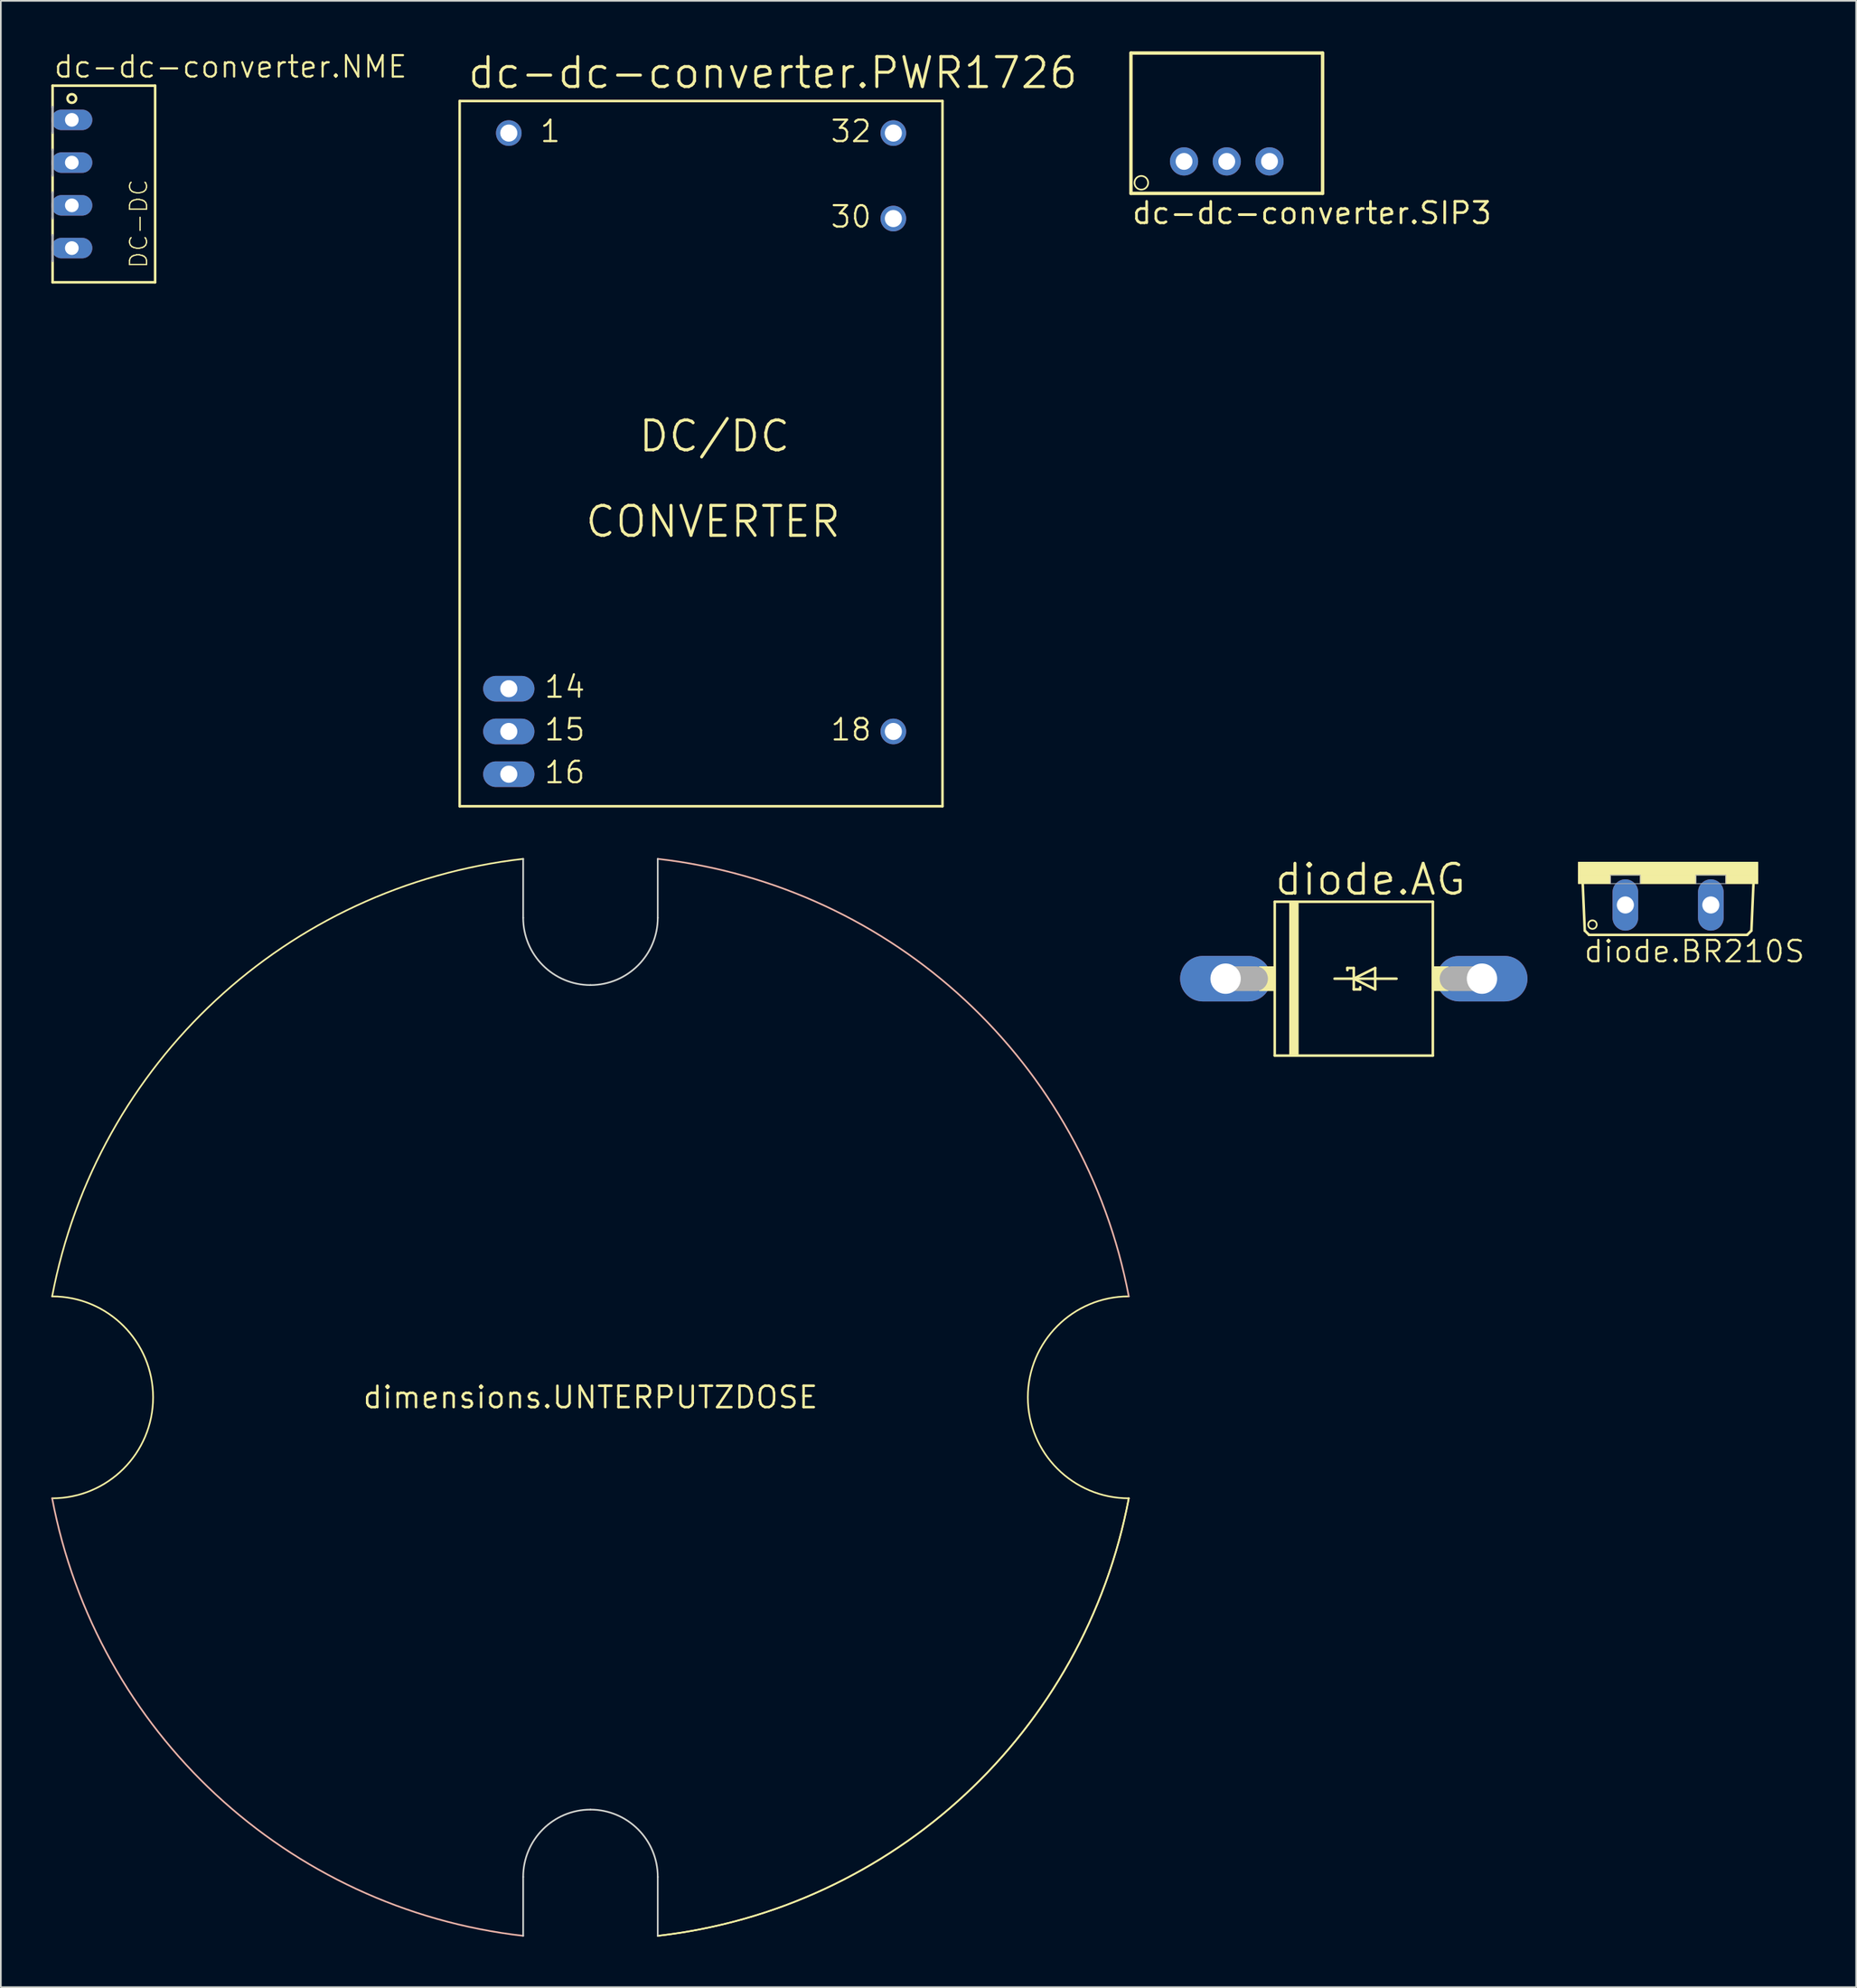
<source format=kicad_pcb>
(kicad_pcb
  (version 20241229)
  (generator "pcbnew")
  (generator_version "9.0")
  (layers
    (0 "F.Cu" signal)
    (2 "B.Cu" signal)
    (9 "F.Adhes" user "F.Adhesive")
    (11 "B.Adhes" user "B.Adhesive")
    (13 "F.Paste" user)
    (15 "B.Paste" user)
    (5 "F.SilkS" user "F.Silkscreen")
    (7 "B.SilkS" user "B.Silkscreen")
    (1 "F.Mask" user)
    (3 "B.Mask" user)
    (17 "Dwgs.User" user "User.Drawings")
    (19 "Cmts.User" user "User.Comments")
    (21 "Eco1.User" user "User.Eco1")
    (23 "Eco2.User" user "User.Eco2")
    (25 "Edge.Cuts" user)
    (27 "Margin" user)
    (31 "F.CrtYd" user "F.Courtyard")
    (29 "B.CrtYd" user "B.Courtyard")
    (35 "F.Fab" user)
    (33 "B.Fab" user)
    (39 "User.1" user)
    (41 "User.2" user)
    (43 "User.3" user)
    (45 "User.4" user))
  (footprint "dc-dc-converter.SIP3"
    (layer "F.Cu")
    (at 69.875 6.542)
    (property "Reference" "dc-dc-converter.SIP3" (at -5.715 3.81 0) (layer "F.SilkS") (effects (font (size 1.27 1.27) (thickness 0.16)) (justify left bottom)))
    (attr through_hole)
    (fp_line (start -5.697 -6.44) (end -5.697 1.9) (stroke (width 0.203) (type default)) (layer "F.SilkS"))
    (fp_line (start -5.697 1.9) (end 5.697 1.9) (stroke (width 0.203) (type default)) (layer "F.SilkS"))
    (fp_line (start 5.697 -6.44) (end -5.697 -6.44) (stroke (width 0.203) (type default)) (layer "F.SilkS"))
    (fp_line (start 5.697 1.9) (end 5.697 -6.44) (stroke (width 0.203) (type default)) (layer "F.SilkS"))
    (fp_circle (center -5.08 1.27) (end -4.674 1.27) (stroke (width 0.1) (type default)) (fill no) (layer "F.SilkS"))
    (pad "1" thru_hole circle (at -2.54 0) (size 1.676 1.676) (drill 1) (layers "*.Cu" "*.Mask"))
    (pad "2" thru_hole circle (at 0 0) (size 1.676 1.676) (drill 1) (layers "*.Cu" "*.Mask"))
    (pad "3" thru_hole circle (at 2.54 0) (size 1.676 1.676) (drill 1) (layers "*.Cu" "*.Mask")))
  (footprint "diode.BR210S"
    (layer "F.Cu")
    (at 96.109 48.189)
    (property "Reference" "diode.BR210S" (at -5.08 6.045 0) (layer "F.SilkS") (effects (font (size 1.27 1.27) (thickness 0.13)) (justify left bottom)))
    (attr through_hole)
    (fp_line (start -4.953 4.064) (end -5.08 1.143) (stroke (width 0.152) (type default)) (layer "F.SilkS"))
    (fp_line (start -4.953 4.064) (end -4.699 4.318) (stroke (width 0.152) (type default)) (layer "F.SilkS"))
    (fp_line (start 4.699 4.318) (end -4.699 4.318) (stroke (width 0.152) (type default)) (layer "F.SilkS"))
    (fp_line (start 4.699 4.318) (end 4.953 4.064) (stroke (width 0.152) (type default)) (layer "F.SilkS"))
    (fp_line (start 5.08 1.143) (end 4.953 4.064) (stroke (width 0.152) (type default)) (layer "F.SilkS"))
    (fp_rect (start -5.334 0.762) (end 5.334 0) (stroke (width 0.05) (type default)) (fill yes) (layer "F.SilkS"))
    (fp_rect (start -5.334 1.27) (end -3.429 0.762) (stroke (width 0.05) (type default)) (fill yes) (layer "F.SilkS"))
    (fp_rect (start -1.651 1.27) (end 1.651 0.762) (stroke (width 0.05) (type default)) (fill yes) (layer "F.SilkS"))
    (fp_rect (start 3.429 1.27) (end 5.334 0.762) (stroke (width 0.05) (type default)) (fill yes) (layer "F.SilkS"))
    (fp_circle (center -4.496 3.708) (end -4.242 3.708) (stroke (width 0.1) (type default)) (fill no) (layer "F.SilkS"))
    (fp_rect (start -3.429 1.27) (end -1.651 0.762) (stroke (width 0.05) (type default)) (fill no) (layer "F.Fab"))
    (fp_rect (start 1.651 1.27) (end 3.429 0.762) (stroke (width 0.05) (type default)) (fill no) (layer "F.Fab"))
    (pad "T1" thru_hole oval (at -2.54 2.54 90) (size 3.048 1.524) (drill 1.016) (layers "*.Cu" "*.Mask"))
    (pad "T2" thru_hole oval (at 2.54 2.54 90) (size 3.048 1.524) (drill 1.016) (layers "*.Cu" "*.Mask")))
  (footprint "dc-dc-converter.NME"
    (layer "F.Cu")
    (at 1.219 7.883)
    (property "Reference" "dc-dc-converter.NME" (at -1.143 -6.223 0) (layer "F.SilkS") (effects (font (size 1.27 1.27) (thickness 0.13)) (justify left bottom)))
    (attr through_hole)
    (fp_line (start -1.143 -5.842) (end 4.953 -5.842) (stroke (width 0.152) (type default)) (layer "F.SilkS"))
    (fp_line (start -1.143 -4.572) (end -1.143 -5.842) (stroke (width 0.152) (type default)) (layer "F.SilkS"))
    (fp_line (start -1.143 -2.032) (end -1.143 -3.048) (stroke (width 0.152) (type default)) (layer "F.SilkS"))
    (fp_line (start -1.143 0.508) (end -1.143 -0.508) (stroke (width 0.152) (type default)) (layer "F.SilkS"))
    (fp_line (start -1.143 3.048) (end -1.143 2.032) (stroke (width 0.152) (type default)) (layer "F.SilkS"))
    (fp_line (start -1.143 5.842) (end -1.143 4.572) (stroke (width 0.152) (type default)) (layer "F.SilkS"))
    (fp_line (start 4.953 -5.842) (end 4.953 5.842) (stroke (width 0.152) (type default)) (layer "F.SilkS"))
    (fp_line (start 4.953 5.842) (end -1.143 5.842) (stroke (width 0.152) (type default)) (layer "F.SilkS"))
    (fp_circle (center 0 -5.08) (end 0.254 -5.08) (stroke (width 0.152) (type default)) (fill no) (layer "F.SilkS"))
    (fp_line (start -1.143 -3.048) (end -1.143 -4.572) (stroke (width 0.152) (type default)) (layer "F.Fab"))
    (fp_line (start -1.143 -0.508) (end -1.143 -2.032) (stroke (width 0.152) (type default)) (layer "F.Fab"))
    (fp_line (start -1.143 2.032) (end -1.143 0.508) (stroke (width 0.152) (type default)) (layer "F.Fab"))
    (fp_line (start -1.143 4.572) (end -1.143 3.048) (stroke (width 0.152) (type default)) (layer "F.Fab"))
    (fp_text user "DC-DC" (at 4.572 5.08 90) (layer "F.SilkS") (effects (font (size 1.016 1.016) (thickness 0.08)) (justify left bottom)))
    (pad "1" thru_hole oval (at 0 -3.81) (size 2.438 1.219) (drill 0.813) (layers "*.Cu" "*.Mask"))
    (pad "2" thru_hole oval (at 0 -1.27) (size 2.438 1.219) (drill 0.813) (layers "*.Cu" "*.Mask"))
    (pad "3" thru_hole oval (at 0 1.27) (size 2.438 1.219) (drill 0.813) (layers "*.Cu" "*.Mask"))
    (pad "4" thru_hole oval (at 0 3.81) (size 2.438 1.219) (drill 0.813) (layers "*.Cu" "*.Mask")))
  (footprint "dc-dc-converter.PWR1726"
    (layer "F.Cu")
    (at 38.625 23.908)
    (property "Reference" "dc-dc-converter.PWR1726" (at -13.97 -21.59 0) (layer "F.SilkS") (effects (font (size 1.778 1.778) (thickness 0.18)) (justify left bottom)))
    (attr through_hole)
    (fp_line (start -14.351 -20.955) (end 14.351 -20.955) (stroke (width 0.152) (type default)) (layer "F.SilkS"))
    (fp_line (start -14.351 20.955) (end -14.351 -20.955) (stroke (width 0.152) (type default)) (layer "F.SilkS"))
    (fp_line (start 14.351 -20.955) (end 14.351 20.955) (stroke (width 0.152) (type default)) (layer "F.SilkS"))
    (fp_line (start 14.351 20.955) (end -14.351 20.955) (stroke (width 0.152) (type default)) (layer "F.SilkS"))
    (fp_text user "16" (at -9.398 19.685 0) (layer "F.SilkS") (effects (font (size 1.27 1.27) (thickness 0.13)) (justify left bottom)))
    (fp_text user "15" (at -9.398 17.145 0) (layer "F.SilkS") (effects (font (size 1.27 1.27) (thickness 0.13)) (justify left bottom)))
    (fp_text user "1" (at -9.652 -18.415 0) (layer "F.SilkS") (effects (font (size 1.27 1.27) (thickness 0.13)) (justify left bottom)))
    (fp_text user "14" (at -9.398 14.605 0) (layer "F.SilkS") (effects (font (size 1.27 1.27) (thickness 0.13)) (justify left bottom)))
    (fp_text user "30" (at 7.62 -13.335 0) (layer "F.SilkS") (effects (font (size 1.27 1.27) (thickness 0.13)) (justify left bottom)))
    (fp_text user "DC/DC" (at -3.81 0 0) (layer "F.SilkS") (effects (font (size 1.778 1.778) (thickness 0.18)) (justify left bottom)))
    (fp_text user "18" (at 7.62 17.145 0) (layer "F.SilkS") (effects (font (size 1.27 1.27) (thickness 0.13)) (justify left bottom)))
    (fp_text user "CONVERTER" (at -6.985 5.08 0) (layer "F.SilkS") (effects (font (size 1.778 1.778) (thickness 0.18)) (justify left bottom)))
    (fp_text user "32" (at 7.62 -18.415 0) (layer "F.SilkS") (effects (font (size 1.27 1.27) (thickness 0.13)) (justify left bottom)))
    (pad "1" thru_hole circle (at -11.43 -19.05) (size 1.524 1.524) (drill 1.016) (layers "*.Cu" "*.Mask"))
    (pad "14" thru_hole oval (at -11.43 13.97) (size 3.048 1.524) (drill 1.016) (layers "*.Cu" "*.Mask"))
    (pad "15" thru_hole oval (at -11.43 16.51) (size 3.048 1.524) (drill 1.016) (layers "*.Cu" "*.Mask"))
    (pad "16" thru_hole oval (at -11.43 19.05) (size 3.048 1.524) (drill 1.016) (layers "*.Cu" "*.Mask"))
    (pad "18" thru_hole circle (at 11.43 16.51) (size 1.524 1.524) (drill 1.016) (layers "*.Cu" "*.Mask"))
    (pad "30" thru_hole circle (at 11.43 -13.97) (size 1.524 1.524) (drill 1.016) (layers "*.Cu" "*.Mask"))
    (pad "32" thru_hole circle (at 11.43 -19.05) (size 1.524 1.524) (drill 1.016) (layers "*.Cu" "*.Mask")))
  (footprint "diode.AG"
    (layer "F.Cu")
    (at 77.425 55.109)
    (property "Reference" "diode.AG" (at -4.801 -4.851 0) (layer "F.SilkS") (effects (font (size 1.778 1.778) (thickness 0.18)) (justify left bottom)))
    (attr through_hole)
    (fp_line (start -4.699 -4.572) (end 4.699 -4.572) (stroke (width 0.152) (type default)) (layer "F.SilkS"))
    (fp_line (start -4.699 4.572) (end -4.699 -4.572) (stroke (width 0.152) (type default)) (layer "F.SilkS"))
    (fp_line (start -1.143 0) (end 0 0) (stroke (width 0.152) (type default)) (layer "F.SilkS"))
    (fp_line (start -0.381 -0.635) (end 0 -0.635) (stroke (width 0.152) (type default)) (layer "F.SilkS"))
    (fp_line (start -0.381 -0.508) (end -0.381 -0.635) (stroke (width 0.152) (type default)) (layer "F.SilkS"))
    (fp_line (start 0 -0.635) (end 0 0) (stroke (width 0.152) (type default)) (layer "F.SilkS"))
    (fp_line (start 0 0) (end 1.27 -0.635) (stroke (width 0.152) (type default)) (layer "F.SilkS"))
    (fp_line (start 0 0) (end 2.54 0) (stroke (width 0.152) (type default)) (layer "F.SilkS"))
    (fp_line (start 0 0.635) (end 0 0) (stroke (width 0.152) (type default)) (layer "F.SilkS"))
    (fp_line (start 0.381 0.508) (end 0.381 0.635) (stroke (width 0.152) (type default)) (layer "F.SilkS"))
    (fp_line (start 0.381 0.635) (end 0 0.635) (stroke (width 0.152) (type default)) (layer "F.SilkS"))
    (fp_line (start 1.27 -0.635) (end 1.27 0.635) (stroke (width 0.152) (type default)) (layer "F.SilkS"))
    (fp_line (start 1.27 0.635) (end 0 0) (stroke (width 0.152) (type default)) (layer "F.SilkS"))
    (fp_line (start 4.699 -4.572) (end 4.699 4.572) (stroke (width 0.152) (type default)) (layer "F.SilkS"))
    (fp_line (start 4.699 4.572) (end -4.699 4.572) (stroke (width 0.152) (type default)) (layer "F.SilkS"))
    (fp_rect (start -5.613 0.711) (end -4.699 -0.711) (stroke (width 0.05) (type default)) (fill yes) (layer "F.SilkS"))
    (fp_rect (start -3.81 4.572) (end -3.302 -4.572) (stroke (width 0.05) (type default)) (fill yes) (layer "F.SilkS"))
    (fp_rect (start 4.699 0.711) (end 5.613 -0.711) (stroke (width 0.05) (type default)) (fill yes) (layer "F.SilkS"))
    (fp_line (start -7.62 0) (end -5.842 0) (stroke (width 1.473) (type default)) (layer "F.Fab"))
    (fp_line (start 7.62 0) (end 5.842 0) (stroke (width 1.473) (type default)) (layer "F.Fab"))
    (pad "A" thru_hole oval (at 7.62 0) (size 5.41 2.705) (drill 1.803) (layers "*.Cu" "*.Mask"))
    (pad "C" thru_hole oval (at -7.62 0) (size 5.41 2.705) (drill 1.803) (layers "*.Cu" "*.Mask")))
  (footprint "dimensions.UNTERPUTZDOSE"
    (layer "B.Cu")
    (at 32.05 79.989)
    (property "Reference" "dimensions.UNTERPUTZDOSE" (at 0 0 0) (layer "F.SilkS") (effects (font (size 1.27 1.27) (thickness 0.15))))
    (fp_arc (start -32 -6) (mid -26 0) (end -32 6) (stroke (width 0.1) (type default)) (layer "F.SilkS"))
    (fp_arc (start -32 -6) (mid -22.272216 -23.600847) (end -4 -32) (stroke (width 0.1) (type default)) (layer "F.SilkS"))
    (fp_arc (start 32 6) (mid 22.272216 23.600847) (end 4 32) (stroke (width 0.1) (type default)) (layer "F.SilkS"))
    (fp_arc (start 32 6) (mid 22.272216 23.600847) (end 4 32) (stroke (width 0.1) (type default)) (layer "F.SilkS"))
    (fp_arc (start 32 6) (mid 26 0) (end 32 -6) (stroke (width 0.1) (type default)) (layer "F.SilkS"))
    (fp_arc (start -4 32) (mid -22.272216 23.600847) (end -32 6) (stroke (width 0.1) (type default)) (layer "B.SilkS"))
    (fp_arc (start 4 -32) (mid 22.272216 -23.600847) (end 32 -6) (stroke (width 0.1) (type default)) (layer "B.SilkS"))
    (fp_line (start -4 -32) (end -4 -28.5) (stroke (width 0.1) (type default)) (layer "Edge.Cuts"))
    (fp_line (start -4 32) (end -4 28.5) (stroke (width 0.1) (type default)) (layer "Edge.Cuts"))
    (fp_line (start 4 -28.5) (end 4 -32) (stroke (width 0.1) (type default)) (layer "Edge.Cuts"))
    (fp_line (start 4 28.5) (end 4 32) (stroke (width 0.1) (type default)) (layer "Edge.Cuts"))
    (fp_arc (start -4 28.5) (mid -2.828427 25.671573) (end 0 24.5) (stroke (width 0.1) (type default)) (layer "Edge.Cuts"))
    (fp_arc (start 0 -24.5) (mid -2.828427 -25.671573) (end -4 -28.5) (stroke (width 0.1) (type default)) (layer "Edge.Cuts"))
    (fp_arc (start 0 24.5) (mid 2.828427 25.671573) (end 4 28.5) (stroke (width 0.1) (type default)) (layer "Edge.Cuts"))
    (fp_arc (start 4 -28.5) (mid 2.828427 -25.671573) (end 0 -24.5) (stroke (width 0.1) (type default)) (layer "Edge.Cuts")))
  (gr_rect
    (start -3 -3)
    (end 107.289 115.039)
    (stroke (width 0.1) (type default))
    (fill no)
    (layer "Edge.Cuts")))
</source>
